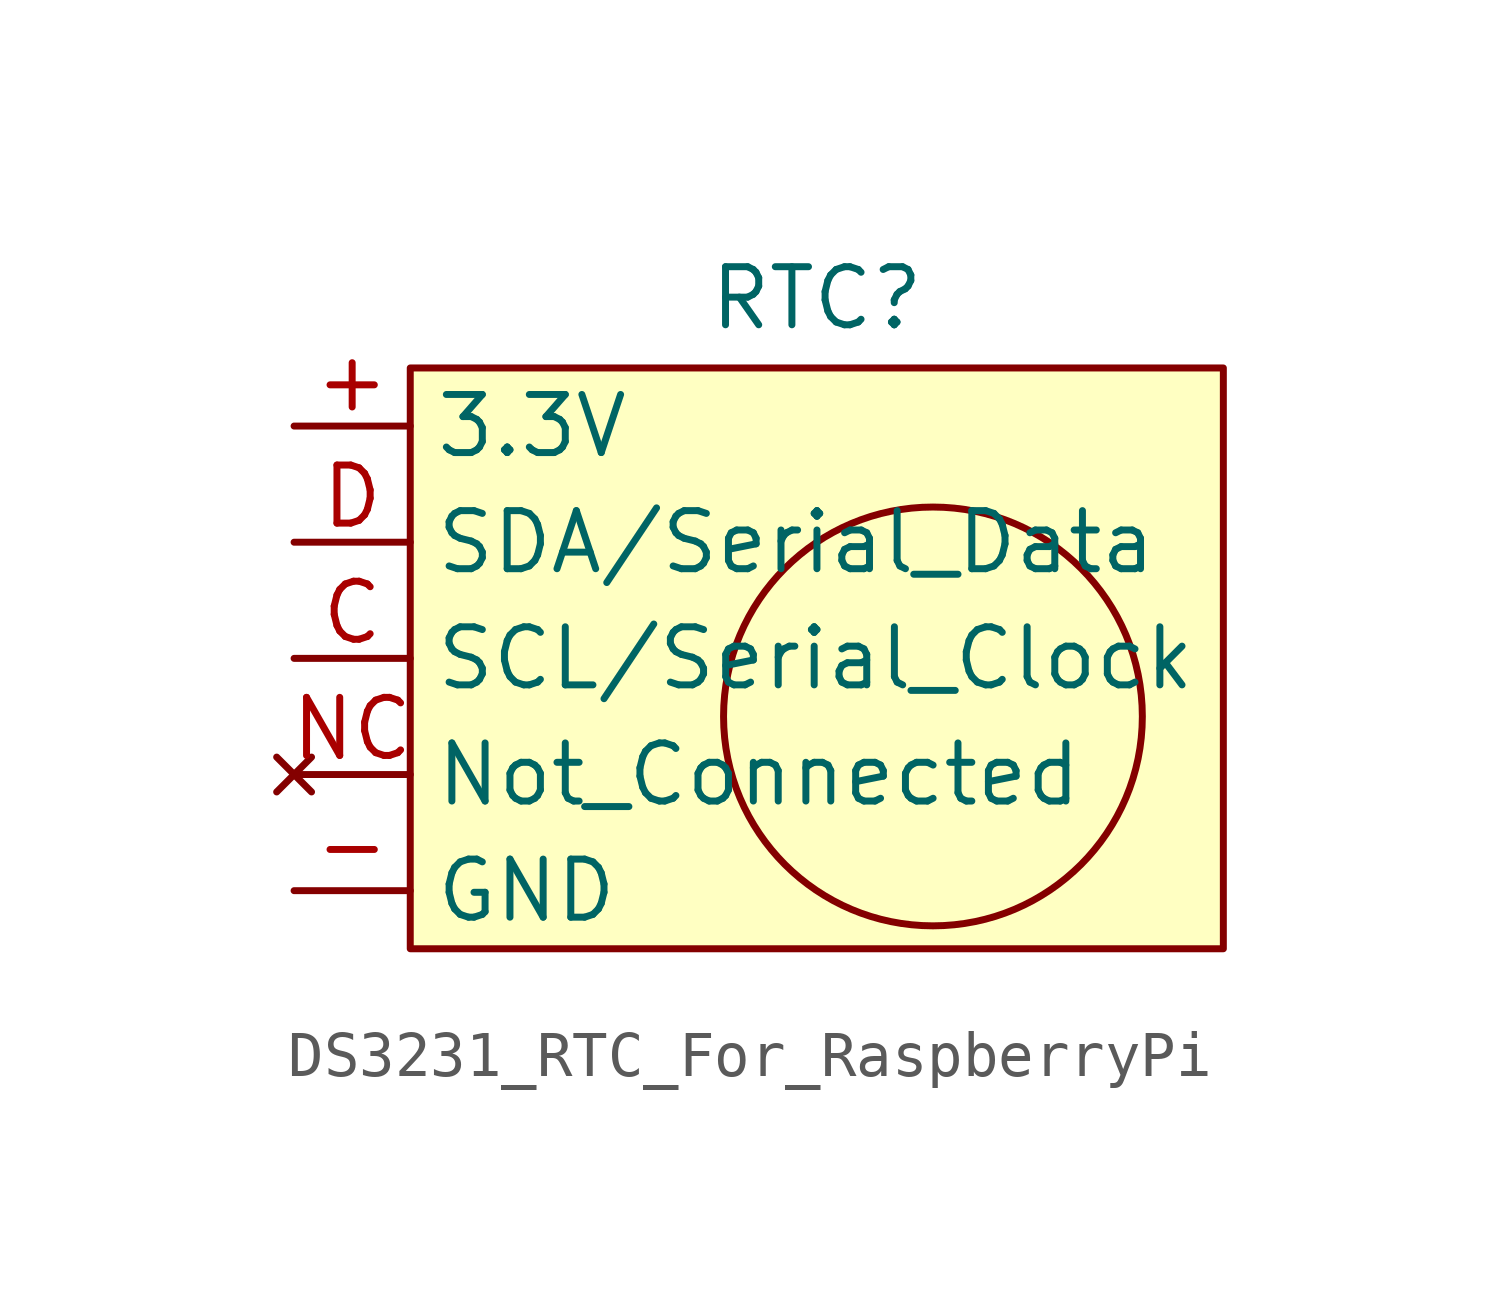
<source format=kicad_sym>
(kicad_symbol_lib
  (version 20231120)
  (generator "kicad_symbol_editor")
  (generator_version "8.0")
  (symbol "DS3231_RTC_For_RaspberryPi"
    (property "Reference" "RTC"
      (at 0 7.874 0)
      (effects (font (size 1.27 1.27))))
    (property "Value" ""
      (at -6.35 6.35 0)
      (effects (font (size 1.27 1.27))))
    (symbol "DS3231_RTC_For_RaspberryPi_0_1"
      (circle (center 2.54 -1.27) (radius 4.579) (stroke (width 0) (type default)) (fill (type none))))
    (symbol "DS3231_RTC_For_RaspberryPi_1_1"
      (rectangle (start -8.89 6.35) (end 8.89 -6.35) (stroke (width 0) (type default)) (fill (type background)))
      (pin power_in line (at -11.43 5.08 0) (length 2.54) (name "3.3V" (effects (font (size 1.27 1.27)))) (number "+" (effects (font (size 1.27 1.27)))))
      (pin power_in line (at -11.43 -5.08 0) (length 2.54) (name "GND" (effects (font (size 1.27 1.27)))) (number "-" (effects (font (size 1.27 1.27)))))
      (pin bidirectional line (at -11.43 0 0) (length 2.54) (name "SCL/Serial_Clock" (effects (font (size 1.27 1.27)))) (number "C" (effects (font (size 1.27 1.27)))))
      (pin bidirectional line (at -11.43 2.54 0) (length 2.54) (name "SDA/Serial_Data" (effects (font (size 1.27 1.27)))) (number "D" (effects (font (size 1.27 1.27)))))
      (pin no_connect line (at -11.43 -2.54 0) (length 2.54) (name "Not_Connected" (effects (font (size 1.27 1.27)))) (number "NC" (effects (font (size 1.27 1.27))))))))
</source>
